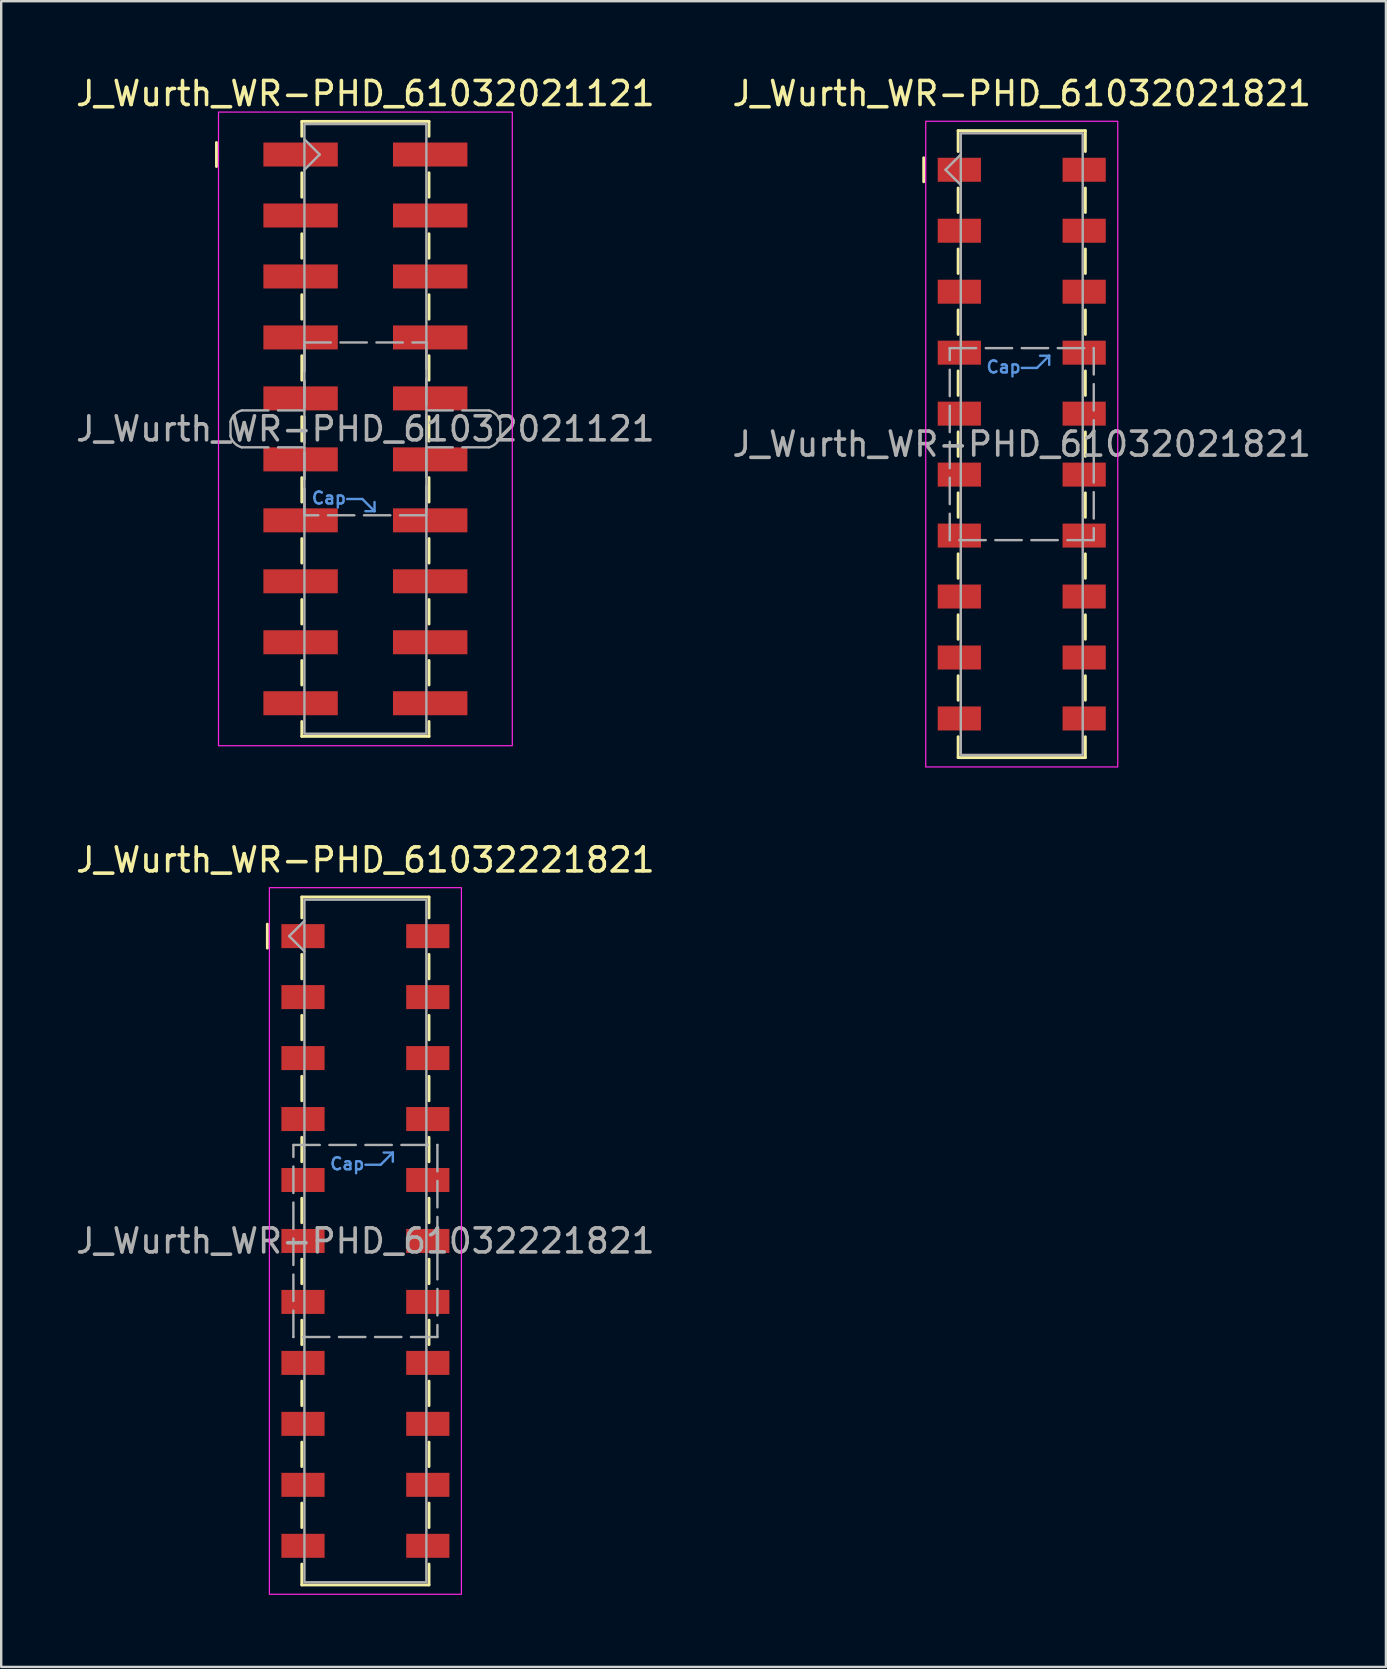
<source format=kicad_pcb>
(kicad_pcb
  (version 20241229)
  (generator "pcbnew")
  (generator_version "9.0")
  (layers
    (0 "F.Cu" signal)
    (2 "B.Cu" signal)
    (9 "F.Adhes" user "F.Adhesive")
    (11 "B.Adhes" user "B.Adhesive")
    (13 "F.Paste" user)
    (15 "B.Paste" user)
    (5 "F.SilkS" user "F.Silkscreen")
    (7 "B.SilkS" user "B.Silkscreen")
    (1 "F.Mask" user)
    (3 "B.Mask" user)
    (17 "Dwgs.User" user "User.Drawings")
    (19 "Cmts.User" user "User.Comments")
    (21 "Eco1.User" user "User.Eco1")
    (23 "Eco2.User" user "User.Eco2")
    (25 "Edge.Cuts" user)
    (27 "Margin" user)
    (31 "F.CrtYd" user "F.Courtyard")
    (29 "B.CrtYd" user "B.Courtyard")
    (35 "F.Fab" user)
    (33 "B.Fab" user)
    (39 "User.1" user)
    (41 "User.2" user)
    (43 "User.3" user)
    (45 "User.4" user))
  (footprint "J_Wurth_WR-PHD_61032021121"
    (layer "F.Cu")
    (at 12.173 14.818)
    (property "Reference" "J_Wurth_WR-PHD_61032021121" (at 0 -13.97 0) (unlocked yes) (layer "F.SilkS") (effects (font (size 1 1) (thickness 0.15))))
    (attr smd)
    (fp_line (start -6.205 -11.93) (end -6.205 -10.93) (stroke (width 0.12) (type solid)) (layer "F.SilkS"))
    (fp_line (start -2.65 -12.19) (end -2.65 -12.81) (stroke (width 0.12) (type solid)) (layer "F.SilkS"))
    (fp_line (start -2.65 -10.67) (end -2.65 -9.65) (stroke (width 0.12) (type solid)) (layer "F.SilkS"))
    (fp_line (start -2.65 -8.13) (end -2.65 -7.11) (stroke (width 0.12) (type solid)) (layer "F.SilkS"))
    (fp_line (start -2.65 -5.59) (end -2.65 -4.57) (stroke (width 0.12) (type solid)) (layer "F.SilkS"))
    (fp_line (start -2.65 -3.05) (end -2.65 -2.03) (stroke (width 0.12) (type solid)) (layer "F.SilkS"))
    (fp_line (start -2.65 -0.51) (end -2.65 0.51) (stroke (width 0.12) (type solid)) (layer "F.SilkS"))
    (fp_line (start -2.65 2.03) (end -2.65 3.05) (stroke (width 0.12) (type solid)) (layer "F.SilkS"))
    (fp_line (start -2.65 4.57) (end -2.65 5.59) (stroke (width 0.12) (type solid)) (layer "F.SilkS"))
    (fp_line (start -2.65 7.11) (end -2.65 8.13) (stroke (width 0.12) (type solid)) (layer "F.SilkS"))
    (fp_line (start -2.65 9.65) (end -2.65 10.67) (stroke (width 0.12) (type solid)) (layer "F.SilkS"))
    (fp_line (start -2.65 12.19) (end -2.65 12.81) (stroke (width 0.12) (type solid)) (layer "F.SilkS"))
    (fp_line (start 2.65 -12.81) (end -2.65 -12.81) (stroke (width 0.12) (type solid)) (layer "F.SilkS"))
    (fp_line (start 2.65 -12.81) (end 2.65 -12.19) (stroke (width 0.12) (type solid)) (layer "F.SilkS"))
    (fp_line (start 2.65 -10.67) (end 2.65 -9.65) (stroke (width 0.12) (type solid)) (layer "F.SilkS"))
    (fp_line (start 2.65 -8.13) (end 2.65 -7.11) (stroke (width 0.12) (type solid)) (layer "F.SilkS"))
    (fp_line (start 2.65 -5.59) (end 2.65 -4.57) (stroke (width 0.12) (type solid)) (layer "F.SilkS"))
    (fp_line (start 2.65 -3.05) (end 2.65 -2.03) (stroke (width 0.12) (type solid)) (layer "F.SilkS"))
    (fp_line (start 2.65 -0.51) (end 2.65 0.51) (stroke (width 0.12) (type solid)) (layer "F.SilkS"))
    (fp_line (start 2.65 2.03) (end 2.65 3.05) (stroke (width 0.12) (type solid)) (layer "F.SilkS"))
    (fp_line (start 2.65 4.57) (end 2.65 5.59) (stroke (width 0.12) (type solid)) (layer "F.SilkS"))
    (fp_line (start 2.65 7.11) (end 2.65 8.13) (stroke (width 0.12) (type solid)) (layer "F.SilkS"))
    (fp_line (start 2.65 9.65) (end 2.65 10.67) (stroke (width 0.12) (type solid)) (layer "F.SilkS"))
    (fp_line (start 2.65 12.19) (end 2.65 12.81) (stroke (width 0.12) (type solid)) (layer "F.SilkS"))
    (fp_line (start 2.65 12.81) (end -2.65 12.81) (stroke (width 0.12) (type solid)) (layer "F.SilkS"))
    (fp_line (start -0.762 2.921) (end -0.127 2.921) (stroke (width 0.1) (type default)) (layer "Cmts.User"))
    (fp_line (start -0.127 2.921) (end 0.381 3.429) (stroke (width 0.1) (type default)) (layer "Cmts.User"))
    (fp_line (start 0.381 3.429) (end 0 3.429) (stroke (width 0.1) (type default)) (layer "Cmts.User"))
    (fp_line (start 0.381 3.429) (end 0.381 3.048) (stroke (width 0.1) (type default)) (layer "Cmts.User"))
    (fp_rect (start -6.12 -13.2) (end 6.12 13.2) (stroke (width 0.05) (type solid)) (fill no) (layer "F.CrtYd"))
    (fp_line (start -5.62 0.3) (end -5.62 -0.3) (stroke (width 0.1) (type solid)) (layer "F.Fab"))
    (fp_line (start -2.54 -12.065) (end -1.905 -11.43) (stroke (width 0.1) (type default)) (layer "F.Fab"))
    (fp_line (start -2.54 -0.77) (end -5.15 -0.77) (stroke (width 0.1) (type dash)) (layer "F.Fab"))
    (fp_line (start -2.54 0.77) (end -5.15 0.77) (stroke (width 0.1) (type dash)) (layer "F.Fab"))
    (fp_line (start -1.905 -11.43) (end -2.54 -10.795) (stroke (width 0.1) (type default)) (layer "F.Fab"))
    (fp_line (start 2.54 -0.77) (end 5.15 -0.77) (stroke (width 0.1) (type dash)) (layer "F.Fab"))
    (fp_line (start 2.54 0.77) (end 5.15 0.77) (stroke (width 0.1) (type dash)) (layer "F.Fab"))
    (fp_line (start 5.62 -0.3) (end 5.62 0.3) (stroke (width 0.1) (type solid)) (layer "F.Fab"))
    (fp_rect (start -2.54 -12.7) (end 2.54 12.7) (stroke (width 0.1) (type solid)) (fill no) (layer "F.Fab"))
    (fp_rect (start -2.54 -3.6) (end 2.54 3.6) (stroke (width 0.1) (type dash)) (fill no) (layer "F.Fab"))
    (fp_arc (start -5.62 -0.3) (mid -5.447968 -0.597968) (end -5.15 -0.770001) (stroke (width 0.1) (type default)) (layer "F.Fab"))
    (fp_arc (start -5.15 0.77) (mid -5.447968 0.597968) (end -5.620001 0.3) (stroke (width 0.1) (type default)) (layer "F.Fab"))
    (fp_arc (start 5.15 -0.77) (mid 5.447968 -0.597968) (end 5.620001 -0.3) (stroke (width 0.1) (type default)) (layer "F.Fab"))
    (fp_arc (start 5.62 0.3) (mid 5.447968 0.597968) (end 5.15 0.770001) (stroke (width 0.1) (type default)) (layer "F.Fab"))
    (fp_text user "Cap" (at -2.286 3.175 0) (unlocked yes) (layer "Cmts.User") (effects (font (size 0.5 0.5) (thickness 0.1) (bold yes)) (justify left bottom)))
    (fp_text user "${REFERENCE}" (at 0 0 0) (unlocked yes) (layer "F.Fab") (effects (font (size 1 1) (thickness 0.15))))
    (pad "1" smd rect (at -2.7 -11.43 270) (size 1 3.1) (layers "F.Cu" "F.Mask" "F.Paste"))
    (pad "2" smd rect (at 2.7 -11.43 270) (size 1 3.1) (layers "F.Cu" "F.Mask" "F.Paste"))
    (pad "3" smd rect (at -2.7 -8.89 270) (size 1 3.1) (layers "F.Cu" "F.Mask" "F.Paste"))
    (pad "4" smd rect (at 2.7 -8.89 270) (size 1 3.1) (layers "F.Cu" "F.Mask" "F.Paste"))
    (pad "5" smd rect (at -2.7 -6.35 270) (size 1 3.1) (layers "F.Cu" "F.Mask" "F.Paste"))
    (pad "6" smd rect (at 2.7 -6.35 270) (size 1 3.1) (layers "F.Cu" "F.Mask" "F.Paste"))
    (pad "7" smd rect (at -2.7 -3.81 270) (size 1 3.1) (layers "F.Cu" "F.Mask" "F.Paste"))
    (pad "8" smd rect (at 2.7 -3.81 270) (size 1 3.1) (layers "F.Cu" "F.Mask" "F.Paste"))
    (pad "9" smd rect (at -2.7 -1.27 270) (size 1 3.1) (layers "F.Cu" "F.Mask" "F.Paste"))
    (pad "10" smd rect (at 2.7 -1.27 270) (size 1 3.1) (layers "F.Cu" "F.Mask" "F.Paste"))
    (pad "11" smd rect (at -2.7 1.27 270) (size 1 3.1) (layers "F.Cu" "F.Mask" "F.Paste"))
    (pad "12" smd rect (at 2.7 1.27 270) (size 1 3.1) (layers "F.Cu" "F.Mask" "F.Paste"))
    (pad "13" smd rect (at -2.7 3.81 270) (size 1 3.1) (layers "F.Cu" "F.Mask" "F.Paste"))
    (pad "14" smd rect (at 2.7 3.81 270) (size 1 3.1) (layers "F.Cu" "F.Mask" "F.Paste"))
    (pad "15" smd rect (at -2.7 6.35 270) (size 1 3.1) (layers "F.Cu" "F.Mask" "F.Paste"))
    (pad "16" smd rect (at 2.7 6.35 270) (size 1 3.1) (layers "F.Cu" "F.Mask" "F.Paste"))
    (pad "17" smd rect (at -2.7 8.89 270) (size 1 3.1) (layers "F.Cu" "F.Mask" "F.Paste"))
    (pad "18" smd rect (at 2.7 8.89 270) (size 1 3.1) (layers "F.Cu" "F.Mask" "F.Paste"))
    (pad "19" smd rect (at -2.7 11.43 270) (size 1 3.1) (layers "F.Cu" "F.Mask" "F.Paste"))
    (pad "20" smd rect (at 2.7 11.43 270) (size 1 3.1) (layers "F.Cu" "F.Mask" "F.Paste")))
  (footprint "J_Wurth_WR-PHD_61032221821"
    (layer "F.Cu")
    (at 12.173 48.651)
    (property "Reference" "J_Wurth_WR-PHD_61032221821" (at 0 -15.875 0) (unlocked yes) (layer "F.SilkS") (effects (font (size 1 1) (thickness 0.15))))
    (attr smd)
    (fp_line (start -4.085 -13.2) (end -4.085 -12.2) (stroke (width 0.12) (type solid)) (layer "F.SilkS"))
    (fp_line (start -2.65 -14.33) (end -2.65 -13.46) (stroke (width 0.12) (type solid)) (layer "F.SilkS"))
    (fp_line (start -2.65 -14.33) (end 2.65 -14.33) (stroke (width 0.12) (type solid)) (layer "F.SilkS"))
    (fp_line (start -2.65 -11.94) (end -2.65 -10.92) (stroke (width 0.12) (type solid)) (layer "F.SilkS"))
    (fp_line (start -2.65 -9.4) (end -2.65 -8.38) (stroke (width 0.12) (type solid)) (layer "F.SilkS"))
    (fp_line (start -2.65 -6.86) (end -2.65 -5.84) (stroke (width 0.12) (type solid)) (layer "F.SilkS"))
    (fp_line (start -2.65 -4.32) (end -2.65 -3.3) (stroke (width 0.12) (type solid)) (layer "F.SilkS"))
    (fp_line (start -2.65 -1.78) (end -2.65 -0.76) (stroke (width 0.12) (type solid)) (layer "F.SilkS"))
    (fp_line (start -2.65 0.76) (end -2.65 1.78) (stroke (width 0.12) (type solid)) (layer "F.SilkS"))
    (fp_line (start -2.65 3.3) (end -2.65 4.32) (stroke (width 0.12) (type solid)) (layer "F.SilkS"))
    (fp_line (start -2.65 5.84) (end -2.65 6.86) (stroke (width 0.12) (type solid)) (layer "F.SilkS"))
    (fp_line (start -2.65 8.38) (end -2.65 9.4) (stroke (width 0.12) (type solid)) (layer "F.SilkS"))
    (fp_line (start -2.65 10.92) (end -2.65 11.94) (stroke (width 0.12) (type solid)) (layer "F.SilkS"))
    (fp_line (start -2.65 13.46) (end -2.65 14.33) (stroke (width 0.12) (type solid)) (layer "F.SilkS"))
    (fp_line (start -2.65 14.33) (end 2.65 14.33) (stroke (width 0.12) (type solid)) (layer "F.SilkS"))
    (fp_line (start 2.65 -14.33) (end 2.65 -13.46) (stroke (width 0.12) (type solid)) (layer "F.SilkS"))
    (fp_line (start 2.65 -11.94) (end 2.65 -10.92) (stroke (width 0.12) (type solid)) (layer "F.SilkS"))
    (fp_line (start 2.65 -9.4) (end 2.65 -8.38) (stroke (width 0.12) (type solid)) (layer "F.SilkS"))
    (fp_line (start 2.65 -6.86) (end 2.65 -5.84) (stroke (width 0.12) (type solid)) (layer "F.SilkS"))
    (fp_line (start 2.65 -4.32) (end 2.65 -3.3) (stroke (width 0.12) (type solid)) (layer "F.SilkS"))
    (fp_line (start 2.65 -1.78) (end 2.65 -0.76) (stroke (width 0.12) (type solid)) (layer "F.SilkS"))
    (fp_line (start 2.65 0.76) (end 2.65 1.78) (stroke (width 0.12) (type solid)) (layer "F.SilkS"))
    (fp_line (start 2.65 3.3) (end 2.65 4.32) (stroke (width 0.12) (type solid)) (layer "F.SilkS"))
    (fp_line (start 2.65 5.84) (end 2.65 6.86) (stroke (width 0.12) (type solid)) (layer "F.SilkS"))
    (fp_line (start 2.65 8.38) (end 2.65 9.4) (stroke (width 0.12) (type solid)) (layer "F.SilkS"))
    (fp_line (start 2.65 10.92) (end 2.65 11.94) (stroke (width 0.12) (type solid)) (layer "F.SilkS"))
    (fp_line (start 2.65 13.46) (end 2.65 14.33) (stroke (width 0.12) (type solid)) (layer "F.SilkS"))
    (fp_line (start 0 -3.175) (end 0.635 -3.175) (stroke (width 0.1) (type default)) (layer "Cmts.User"))
    (fp_line (start 0.635 -3.175) (end 1.143 -3.683) (stroke (width 0.1) (type default)) (layer "Cmts.User"))
    (fp_line (start 1.143 -3.683) (end 0.762 -3.683) (stroke (width 0.1) (type default)) (layer "Cmts.User"))
    (fp_line (start 1.143 -3.683) (end 1.143 -3.302) (stroke (width 0.1) (type default)) (layer "Cmts.User"))
    (fp_rect (start -4 -14.72) (end 4 14.72) (stroke (width 0.05) (type solid)) (fill no) (layer "F.CrtYd"))
    (fp_line (start -3.175 -12.7) (end -2.54 -12.065) (stroke (width 0.1) (type default)) (layer "F.Fab"))
    (fp_line (start -2.54 -13.335) (end -3.175 -12.7) (stroke (width 0.1) (type default)) (layer "F.Fab"))
    (fp_rect (start -3 -4) (end 3 4) (stroke (width 0.1) (type dash)) (fill no) (layer "F.Fab"))
    (fp_rect (start -2.54 -14.22) (end 2.54 14.22) (stroke (width 0.1) (type solid)) (fill no) (layer "F.Fab"))
    (fp_text user "Cap" (at -1.524 -2.921 0) (unlocked yes) (layer "Cmts.User") (effects (font (size 0.5 0.5) (thickness 0.1) (bold yes)) (justify left bottom)))
    (fp_text user "${REFERENCE}" (at 0 0 0) (unlocked yes) (layer "F.Fab") (effects (font (size 1 1) (thickness 0.15))))
    (pad "1" smd rect (at -2.6 -12.7 270) (size 1 1.8) (layers "F.Cu" "F.Mask" "F.Paste"))
    (pad "2" smd rect (at 2.6 -12.7 270) (size 1 1.8) (layers "F.Cu" "F.Mask" "F.Paste"))
    (pad "3" smd rect (at -2.6 -10.16 270) (size 1 1.8) (layers "F.Cu" "F.Mask" "F.Paste"))
    (pad "4" smd rect (at 2.6 -10.16 270) (size 1 1.8) (layers "F.Cu" "F.Mask" "F.Paste"))
    (pad "5" smd rect (at -2.6 -7.62 270) (size 1 1.8) (layers "F.Cu" "F.Mask" "F.Paste"))
    (pad "6" smd rect (at 2.6 -7.62 270) (size 1 1.8) (layers "F.Cu" "F.Mask" "F.Paste"))
    (pad "7" smd rect (at -2.6 -5.08 270) (size 1 1.8) (layers "F.Cu" "F.Mask" "F.Paste"))
    (pad "8" smd rect (at 2.6 -5.08 270) (size 1 1.8) (layers "F.Cu" "F.Mask" "F.Paste"))
    (pad "9" smd rect (at -2.6 -2.54 270) (size 1 1.8) (layers "F.Cu" "F.Mask" "F.Paste"))
    (pad "10" smd rect (at 2.6 -2.54 270) (size 1 1.8) (layers "F.Cu" "F.Mask" "F.Paste"))
    (pad "11" smd rect (at -2.6 0 270) (size 1 1.8) (layers "F.Cu" "F.Mask" "F.Paste"))
    (pad "12" smd rect (at 2.6 0 270) (size 1 1.8) (layers "F.Cu" "F.Mask" "F.Paste"))
    (pad "13" smd rect (at -2.6 2.54 270) (size 1 1.8) (layers "F.Cu" "F.Mask" "F.Paste"))
    (pad "14" smd rect (at 2.6 2.54 270) (size 1 1.8) (layers "F.Cu" "F.Mask" "F.Paste"))
    (pad "15" smd rect (at -2.6 5.08 270) (size 1 1.8) (layers "F.Cu" "F.Mask" "F.Paste"))
    (pad "16" smd rect (at 2.6 5.08 270) (size 1 1.8) (layers "F.Cu" "F.Mask" "F.Paste"))
    (pad "17" smd rect (at -2.6 7.62 270) (size 1 1.8) (layers "F.Cu" "F.Mask" "F.Paste"))
    (pad "18" smd rect (at 2.6 7.62 270) (size 1 1.8) (layers "F.Cu" "F.Mask" "F.Paste"))
    (pad "19" smd rect (at -2.6 10.16 270) (size 1 1.8) (layers "F.Cu" "F.Mask" "F.Paste"))
    (pad "20" smd rect (at 2.6 10.16 270) (size 1 1.8) (layers "F.Cu" "F.Mask" "F.Paste"))
    (pad "21" smd rect (at -2.6 12.7 270) (size 1 1.8) (layers "F.Cu" "F.Mask" "F.Paste"))
    (pad "22" smd rect (at 2.6 12.7 270) (size 1 1.8) (layers "F.Cu" "F.Mask" "F.Paste")))
  (footprint "J_Wurth_WR-PHD_61032021821"
    (layer "F.Cu")
    (at 39.518 15.453)
    (property "Reference" "J_Wurth_WR-PHD_61032021821" (at 0 -14.605 0) (unlocked yes) (layer "F.SilkS") (effects (font (size 1 1) (thickness 0.15))))
    (attr smd)
    (fp_line (start -4.085 -11.93) (end -4.085 -10.93) (stroke (width 0.12) (type solid)) (layer "F.SilkS"))
    (fp_line (start -2.65 -13.06) (end -2.65 -12.19) (stroke (width 0.12) (type solid)) (layer "F.SilkS"))
    (fp_line (start -2.65 -13.06) (end 2.65 -13.06) (stroke (width 0.12) (type solid)) (layer "F.SilkS"))
    (fp_line (start -2.65 -10.67) (end -2.65 -9.65) (stroke (width 0.12) (type solid)) (layer "F.SilkS"))
    (fp_line (start -2.65 -8.13) (end -2.65 -7.11) (stroke (width 0.12) (type solid)) (layer "F.SilkS"))
    (fp_line (start -2.65 -5.59) (end -2.65 -4.57) (stroke (width 0.12) (type solid)) (layer "F.SilkS"))
    (fp_line (start -2.65 -3.05) (end -2.65 -2.03) (stroke (width 0.12) (type solid)) (layer "F.SilkS"))
    (fp_line (start -2.65 -0.51) (end -2.65 0.51) (stroke (width 0.12) (type solid)) (layer "F.SilkS"))
    (fp_line (start -2.65 2.03) (end -2.65 3.05) (stroke (width 0.12) (type solid)) (layer "F.SilkS"))
    (fp_line (start -2.65 4.57) (end -2.65 5.59) (stroke (width 0.12) (type solid)) (layer "F.SilkS"))
    (fp_line (start -2.65 7.11) (end -2.65 8.13) (stroke (width 0.12) (type solid)) (layer "F.SilkS"))
    (fp_line (start -2.65 9.65) (end -2.65 10.67) (stroke (width 0.12) (type solid)) (layer "F.SilkS"))
    (fp_line (start -2.65 12.19) (end -2.65 13.06) (stroke (width 0.12) (type solid)) (layer "F.SilkS"))
    (fp_line (start -2.65 13.06) (end 2.65 13.06) (stroke (width 0.12) (type solid)) (layer "F.SilkS"))
    (fp_line (start 2.65 -13.06) (end 2.65 -12.19) (stroke (width 0.12) (type solid)) (layer "F.SilkS"))
    (fp_line (start 2.65 -10.67) (end 2.65 -9.65) (stroke (width 0.12) (type solid)) (layer "F.SilkS"))
    (fp_line (start 2.65 -8.13) (end 2.65 -7.11) (stroke (width 0.12) (type solid)) (layer "F.SilkS"))
    (fp_line (start 2.65 -5.59) (end 2.65 -4.57) (stroke (width 0.12) (type solid)) (layer "F.SilkS"))
    (fp_line (start 2.65 -3.05) (end 2.65 -2.03) (stroke (width 0.12) (type solid)) (layer "F.SilkS"))
    (fp_line (start 2.65 -0.51) (end 2.65 0.51) (stroke (width 0.12) (type solid)) (layer "F.SilkS"))
    (fp_line (start 2.65 2.03) (end 2.65 3.05) (stroke (width 0.12) (type solid)) (layer "F.SilkS"))
    (fp_line (start 2.65 4.57) (end 2.65 5.59) (stroke (width 0.12) (type solid)) (layer "F.SilkS"))
    (fp_line (start 2.65 7.11) (end 2.65 8.13) (stroke (width 0.12) (type solid)) (layer "F.SilkS"))
    (fp_line (start 2.65 9.65) (end 2.65 10.67) (stroke (width 0.12) (type solid)) (layer "F.SilkS"))
    (fp_line (start 2.65 12.19) (end 2.65 13.06) (stroke (width 0.12) (type solid)) (layer "F.SilkS"))
    (fp_line (start 0 -3.175) (end 0.635 -3.175) (stroke (width 0.1) (type default)) (layer "Cmts.User"))
    (fp_line (start 0.635 -3.175) (end 1.143 -3.683) (stroke (width 0.1) (type default)) (layer "Cmts.User"))
    (fp_line (start 1.143 -3.683) (end 0.762 -3.683) (stroke (width 0.1) (type default)) (layer "Cmts.User"))
    (fp_line (start 1.143 -3.683) (end 1.143 -3.302) (stroke (width 0.1) (type default)) (layer "Cmts.User"))
    (fp_rect (start -4 -13.45) (end 4 13.45) (stroke (width 0.05) (type solid)) (fill no) (layer "F.CrtYd"))
    (fp_line (start -3.175 -11.43) (end -2.54 -10.795) (stroke (width 0.1) (type default)) (layer "F.Fab"))
    (fp_line (start -2.54 -12.065) (end -3.175 -11.43) (stroke (width 0.1) (type default)) (layer "F.Fab"))
    (fp_rect (start -3 -4) (end 3 4) (stroke (width 0.1) (type dash)) (fill no) (layer "F.Fab"))
    (fp_rect (start -2.54 -12.95) (end 2.54 12.95) (stroke (width 0.1) (type solid)) (fill no) (layer "F.Fab"))
    (fp_text user "Cap" (at -1.524 -2.921 0) (unlocked yes) (layer "Cmts.User") (effects (font (size 0.5 0.5) (thickness 0.1) (bold yes)) (justify left bottom)))
    (fp_text user "${REFERENCE}" (at 0 0 0) (unlocked yes) (layer "F.Fab") (effects (font (size 1 1) (thickness 0.15))))
    (pad "1" smd rect (at -2.6 -11.43 270) (size 1 1.8) (layers "F.Cu" "F.Mask" "F.Paste"))
    (pad "2" smd rect (at 2.6 -11.43 270) (size 1 1.8) (layers "F.Cu" "F.Mask" "F.Paste"))
    (pad "3" smd rect (at -2.6 -8.89 270) (size 1 1.8) (layers "F.Cu" "F.Mask" "F.Paste"))
    (pad "4" smd rect (at 2.6 -8.89 270) (size 1 1.8) (layers "F.Cu" "F.Mask" "F.Paste"))
    (pad "5" smd rect (at -2.6 -6.35 270) (size 1 1.8) (layers "F.Cu" "F.Mask" "F.Paste"))
    (pad "6" smd rect (at 2.6 -6.35 270) (size 1 1.8) (layers "F.Cu" "F.Mask" "F.Paste"))
    (pad "7" smd rect (at -2.6 -3.81 270) (size 1 1.8) (layers "F.Cu" "F.Mask" "F.Paste"))
    (pad "8" smd rect (at 2.6 -3.81 270) (size 1 1.8) (layers "F.Cu" "F.Mask" "F.Paste"))
    (pad "9" smd rect (at -2.6 -1.27 270) (size 1 1.8) (layers "F.Cu" "F.Mask" "F.Paste"))
    (pad "10" smd rect (at 2.6 -1.27 270) (size 1 1.8) (layers "F.Cu" "F.Mask" "F.Paste"))
    (pad "11" smd rect (at -2.6 1.27 270) (size 1 1.8) (layers "F.Cu" "F.Mask" "F.Paste"))
    (pad "12" smd rect (at 2.6 1.27 270) (size 1 1.8) (layers "F.Cu" "F.Mask" "F.Paste"))
    (pad "13" smd rect (at -2.6 3.81 270) (size 1 1.8) (layers "F.Cu" "F.Mask" "F.Paste"))
    (pad "14" smd rect (at 2.6 3.81 270) (size 1 1.8) (layers "F.Cu" "F.Mask" "F.Paste"))
    (pad "15" smd rect (at -2.6 6.35 270) (size 1 1.8) (layers "F.Cu" "F.Mask" "F.Paste"))
    (pad "16" smd rect (at 2.6 6.35 270) (size 1 1.8) (layers "F.Cu" "F.Mask" "F.Paste"))
    (pad "17" smd rect (at -2.6 8.89 270) (size 1 1.8) (layers "F.Cu" "F.Mask" "F.Paste"))
    (pad "18" smd rect (at 2.6 8.89 270) (size 1 1.8) (layers "F.Cu" "F.Mask" "F.Paste"))
    (pad "19" smd rect (at -2.6 11.43 270) (size 1 1.8) (layers "F.Cu" "F.Mask" "F.Paste"))
    (pad "20" smd rect (at 2.6 11.43 270) (size 1 1.8) (layers "F.Cu" "F.Mask" "F.Paste")))
  (gr_rect
    (start -3 -3)
    (end 54.69 66.397)
    (stroke (width 0.1) (type default))
    (fill no)
    (layer "Edge.Cuts")))
</source>
